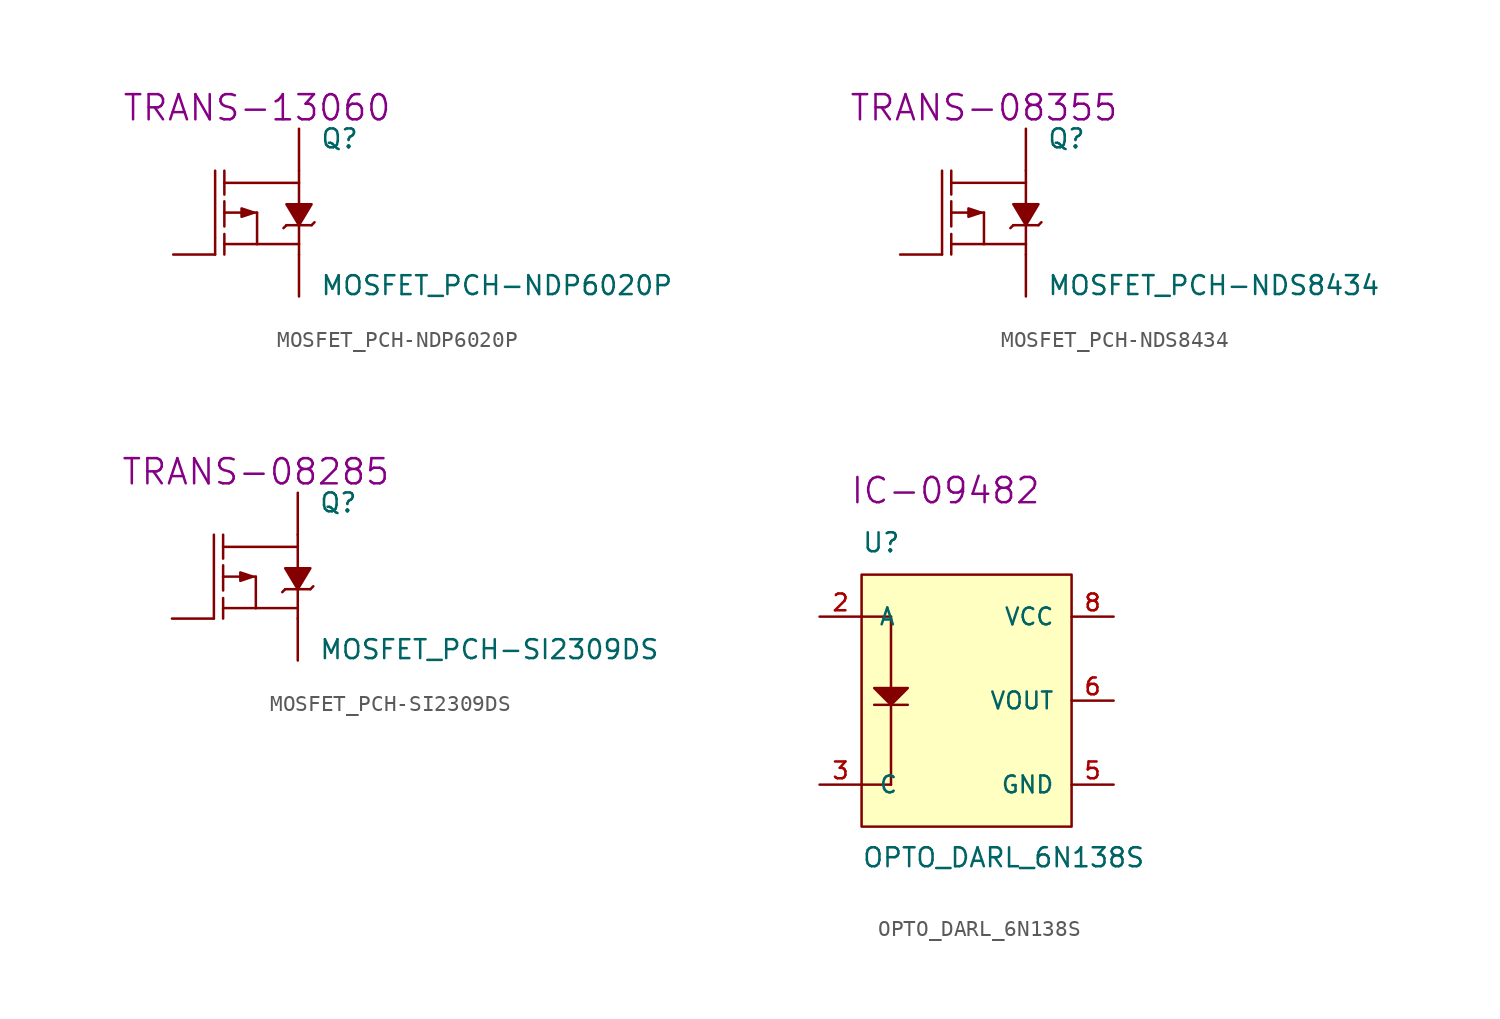
<source format=kicad_sym>
(kicad_symbol_lib
  (version 20201005)
  (generator kicad_symbol_editor)
  (symbol "MOSFET_PCH-NDP6020P"
    (pin_numbers hide)
    (pin_names
      (offset 1.016) hide)
    (property "Reference" "Q"
      (at 3.81 3.81 0)
      (effects (font (size 1.143 1.143)) (justify left bottom)))
    (property "Value" "MOSFET_PCH-NDP6020P"
      (at 3.81 -5.08 0)
      (effects (font (size 1.143 1.143)) (justify left bottom)))
    (property "Field4" "TRANS-13060"
      (at 0 6.35 0)
      (effects (font (size 1.524 1.524))))
    (property "ki_locked" ""
      (at 0 0 0)
      (effects (font (size 1.27 1.27))))
    (symbol "MOSFET_PCH-NDP6020P_1_0"
      (polyline (pts (xy -2.54 -2.54) (xy -2.54 2.54)) (stroke (width 0)) (fill (type none)))
      (polyline (pts (xy -1.981 -1.905) (xy -1.981 -2.54)) (stroke (width 0)) (fill (type none)))
      (polyline (pts (xy -1.981 -1.905) (xy 0 -1.905)) (stroke (width 0)) (fill (type none)))
      (polyline (pts (xy -1.981 -1.295) (xy -1.981 -1.905)) (stroke (width 0)) (fill (type none)))
      (polyline (pts (xy -1.981 0) (xy -1.981 -0.838)) (stroke (width 0)) (fill (type none)))
      (polyline (pts (xy -1.981 0.686) (xy -1.981 0)) (stroke (width 0)) (fill (type none)))
      (polyline (pts (xy -1.981 1.803) (xy -1.981 1.092)) (stroke (width 0)) (fill (type none)))
      (polyline (pts (xy -1.981 1.803) (xy 2.54 1.803)) (stroke (width 0)) (fill (type none)))
      (polyline (pts (xy -1.981 2.54) (xy -1.981 1.803)) (stroke (width 0)) (fill (type none)))
      (polyline (pts (xy 0 -1.905) (xy 0 0)) (stroke (width 0)) (fill (type none)))
      (polyline (pts (xy 0 0) (xy -1.981 0)) (stroke (width 0)) (fill (type none)))
      (polyline (pts (xy 1.778 -0.762) (xy 1.6 -0.94)) (stroke (width 0)) (fill (type none)))
      (polyline (pts (xy 1.778 -0.762) (xy 3.302 -0.762)) (stroke (width 0)) (fill (type none)))
      (polyline (pts (xy 2.54 -2.54) (xy 2.54 -1.905)) (stroke (width 0)) (fill (type none)))
      (polyline (pts (xy 2.54 -1.905) (xy 0 -1.905)) (stroke (width 0)) (fill (type none)))
      (polyline (pts (xy 2.54 -1.905) (xy 2.54 -0.787)) (stroke (width 0)) (fill (type none)))
      (polyline (pts (xy 2.54 1.803) (xy 2.54 0.584)) (stroke (width 0)) (fill (type none)))
      (polyline (pts (xy 2.54 2.54) (xy 2.54 1.803)) (stroke (width 0)) (fill (type none)))
      (polyline (pts (xy 3.48 -0.584) (xy 3.302 -0.762)) (stroke (width 0)) (fill (type none))))
    (symbol "MOSFET_PCH-NDP6020P_1_1"
      (polyline (pts (xy -0.178 0) (xy -0.94 -0.254) (xy -0.94 -0.254) (xy -0.94 0.254) (xy -0.94 0.254) (xy -0.178 0)) (stroke (width 0)) (fill (type outline)))
      (polyline (pts (xy 3.302 0.508) (xy 2.54 -0.762) (xy 2.54 -0.762) (xy 1.778 0.508) (xy 1.778 0.508) (xy 3.302 0.508)) (stroke (width 0)) (fill (type outline)))
      (pin bidirectional line (at -5.08 -2.54 0) (length 2.54) (name "G" (effects (font (size 1.016 1.016)))) (number "1" (effects (font (size 1.016 1.016)))))
      (pin bidirectional line (at 2.54 5.08 270) (length 2.54) (name "D" (effects (font (size 1.016 1.016)))) (number "2" (effects (font (size 1.016 1.016)))))
      (pin bidirectional line (at 2.54 -5.08 90) (length 2.54) (name "S" (effects (font (size 1.016 1.016)))) (number "3" (effects (font (size 1.016 1.016)))))))
  (symbol "MOSFET_PCH-NDS8434"
    (pin_numbers hide)
    (pin_names
      (offset 1.016) hide)
    (property "Reference" "Q"
      (at 3.81 3.81 0)
      (effects (font (size 1.143 1.143)) (justify left bottom)))
    (property "Value" "MOSFET_PCH-NDS8434"
      (at 3.81 -5.08 0)
      (effects (font (size 1.143 1.143)) (justify left bottom)))
    (property "Field4" "TRANS-08355"
      (at 0 6.35 0)
      (effects (font (size 1.524 1.524))))
    (property "ki_locked" ""
      (at 0 0 0)
      (effects (font (size 1.27 1.27))))
    (symbol "MOSFET_PCH-NDS8434_1_0"
      (polyline (pts (xy -2.54 -2.54) (xy -2.54 2.54)) (stroke (width 0)) (fill (type none)))
      (polyline (pts (xy -1.981 -1.905) (xy -1.981 -2.54)) (stroke (width 0)) (fill (type none)))
      (polyline (pts (xy -1.981 -1.905) (xy 0 -1.905)) (stroke (width 0)) (fill (type none)))
      (polyline (pts (xy -1.981 -1.295) (xy -1.981 -1.905)) (stroke (width 0)) (fill (type none)))
      (polyline (pts (xy -1.981 0) (xy -1.981 -0.838)) (stroke (width 0)) (fill (type none)))
      (polyline (pts (xy -1.981 0.686) (xy -1.981 0)) (stroke (width 0)) (fill (type none)))
      (polyline (pts (xy -1.981 1.803) (xy -1.981 1.092)) (stroke (width 0)) (fill (type none)))
      (polyline (pts (xy -1.981 1.803) (xy 2.54 1.803)) (stroke (width 0)) (fill (type none)))
      (polyline (pts (xy -1.981 2.54) (xy -1.981 1.803)) (stroke (width 0)) (fill (type none)))
      (polyline (pts (xy 0 -1.905) (xy 0 0)) (stroke (width 0)) (fill (type none)))
      (polyline (pts (xy 0 0) (xy -1.981 0)) (stroke (width 0)) (fill (type none)))
      (polyline (pts (xy 1.778 -0.762) (xy 1.6 -0.94)) (stroke (width 0)) (fill (type none)))
      (polyline (pts (xy 1.778 -0.762) (xy 3.302 -0.762)) (stroke (width 0)) (fill (type none)))
      (polyline (pts (xy 2.54 -2.54) (xy 2.54 -1.905)) (stroke (width 0)) (fill (type none)))
      (polyline (pts (xy 2.54 -1.905) (xy 0 -1.905)) (stroke (width 0)) (fill (type none)))
      (polyline (pts (xy 2.54 -1.905) (xy 2.54 -0.787)) (stroke (width 0)) (fill (type none)))
      (polyline (pts (xy 2.54 1.803) (xy 2.54 0.584)) (stroke (width 0)) (fill (type none)))
      (polyline (pts (xy 2.54 2.54) (xy 2.54 1.803)) (stroke (width 0)) (fill (type none)))
      (polyline (pts (xy 3.48 -0.584) (xy 3.302 -0.762)) (stroke (width 0)) (fill (type none))))
    (symbol "MOSFET_PCH-NDS8434_1_1"
      (polyline (pts (xy -0.178 0) (xy -0.94 -0.254) (xy -0.94 -0.254) (xy -0.94 0.254) (xy -0.94 0.254) (xy -0.178 0)) (stroke (width 0)) (fill (type outline)))
      (polyline (pts (xy 3.302 0.508) (xy 2.54 -0.762) (xy 2.54 -0.762) (xy 1.778 0.508) (xy 1.778 0.508) (xy 3.302 0.508)) (stroke (width 0)) (fill (type outline)))
      (pin bidirectional line (at 2.54 -5.08 90) (length 2.54) (name "S" (effects (font (size 1.016 1.016)))) (number "1" (effects (font (size 1.016 1.016)))))
      (pin bidirectional line (at 2.54 -5.08 90) (length 2.54) hide (name "S" (effects (font (size 1.016 1.016)))) (number "2" (effects (font (size 1.016 1.016)))))
      (pin bidirectional line (at 2.54 -5.08 90) (length 2.54) hide (name "S" (effects (font (size 1.016 1.016)))) (number "3" (effects (font (size 1.016 1.016)))))
      (pin bidirectional line (at -5.08 -2.54 0) (length 2.54) (name "G" (effects (font (size 1.016 1.016)))) (number "4" (effects (font (size 1.016 1.016)))))
      (pin bidirectional line (at 2.54 5.08 270) (length 2.54) (name "D" (effects (font (size 1.016 1.016)))) (number "5" (effects (font (size 1.016 1.016)))))
      (pin bidirectional line (at 2.54 5.08 270) (length 2.54) hide (name "D" (effects (font (size 1.016 1.016)))) (number "6" (effects (font (size 1.016 1.016)))))
      (pin bidirectional line (at 2.54 5.08 270) (length 2.54) hide (name "D" (effects (font (size 1.016 1.016)))) (number "7" (effects (font (size 1.016 1.016)))))
      (pin bidirectional line (at 2.54 5.08 270) (length 2.54) hide (name "D" (effects (font (size 1.016 1.016)))) (number "8" (effects (font (size 1.016 1.016)))))))
  (symbol "MOSFET_PCH-SI2309DS"
    (pin_numbers hide)
    (pin_names
      (offset 1.016) hide)
    (property "Reference" "Q"
      (at 3.81 3.81 0)
      (effects (font (size 1.143 1.143)) (justify left bottom)))
    (property "Value" "MOSFET_PCH-SI2309DS"
      (at 3.81 -5.08 0)
      (effects (font (size 1.143 1.143)) (justify left bottom)))
    (property "Field4" "TRANS-08285"
      (at 0 6.35 0)
      (effects (font (size 1.524 1.524))))
    (property "ki_locked" ""
      (at 0 0 0)
      (effects (font (size 1.27 1.27))))
    (symbol "MOSFET_PCH-SI2309DS_1_0"
      (polyline (pts (xy -2.54 -2.54) (xy -2.54 2.54)) (stroke (width 0)) (fill (type none)))
      (polyline (pts (xy -1.981 -1.905) (xy -1.981 -2.54)) (stroke (width 0)) (fill (type none)))
      (polyline (pts (xy -1.981 -1.905) (xy 0 -1.905)) (stroke (width 0)) (fill (type none)))
      (polyline (pts (xy -1.981 -1.295) (xy -1.981 -1.905)) (stroke (width 0)) (fill (type none)))
      (polyline (pts (xy -1.981 0) (xy -1.981 -0.838)) (stroke (width 0)) (fill (type none)))
      (polyline (pts (xy -1.981 0.686) (xy -1.981 0)) (stroke (width 0)) (fill (type none)))
      (polyline (pts (xy -1.981 1.803) (xy -1.981 1.092)) (stroke (width 0)) (fill (type none)))
      (polyline (pts (xy -1.981 1.803) (xy 2.54 1.803)) (stroke (width 0)) (fill (type none)))
      (polyline (pts (xy -1.981 2.54) (xy -1.981 1.803)) (stroke (width 0)) (fill (type none)))
      (polyline (pts (xy 0 -1.905) (xy 0 0)) (stroke (width 0)) (fill (type none)))
      (polyline (pts (xy 0 0) (xy -1.981 0)) (stroke (width 0)) (fill (type none)))
      (polyline (pts (xy 1.778 -0.762) (xy 1.6 -0.94)) (stroke (width 0)) (fill (type none)))
      (polyline (pts (xy 1.778 -0.762) (xy 3.302 -0.762)) (stroke (width 0)) (fill (type none)))
      (polyline (pts (xy 2.54 -2.54) (xy 2.54 -1.905)) (stroke (width 0)) (fill (type none)))
      (polyline (pts (xy 2.54 -1.905) (xy 0 -1.905)) (stroke (width 0)) (fill (type none)))
      (polyline (pts (xy 2.54 -1.905) (xy 2.54 -0.787)) (stroke (width 0)) (fill (type none)))
      (polyline (pts (xy 2.54 1.803) (xy 2.54 0.584)) (stroke (width 0)) (fill (type none)))
      (polyline (pts (xy 2.54 2.54) (xy 2.54 1.803)) (stroke (width 0)) (fill (type none)))
      (polyline (pts (xy 3.48 -0.584) (xy 3.302 -0.762)) (stroke (width 0)) (fill (type none))))
    (symbol "MOSFET_PCH-SI2309DS_1_1"
      (polyline (pts (xy -0.178 0) (xy -0.94 -0.254) (xy -0.94 -0.254) (xy -0.94 0.254) (xy -0.94 0.254) (xy -0.178 0)) (stroke (width 0)) (fill (type outline)))
      (polyline (pts (xy 3.302 0.508) (xy 2.54 -0.762) (xy 2.54 -0.762) (xy 1.778 0.508) (xy 1.778 0.508) (xy 3.302 0.508)) (stroke (width 0)) (fill (type outline)))
      (pin bidirectional line (at -5.08 -2.54 0) (length 2.54) (name "G" (effects (font (size 1.016 1.016)))) (number "1" (effects (font (size 1.016 1.016)))))
      (pin bidirectional line (at 2.54 -5.08 90) (length 2.54) (name "S" (effects (font (size 1.016 1.016)))) (number "2" (effects (font (size 1.016 1.016)))))
      (pin bidirectional line (at 2.54 5.08 270) (length 2.54) (name "D" (effects (font (size 1.016 1.016)))) (number "3" (effects (font (size 1.016 1.016)))))))
  (symbol "OPTO_DARL_6N138S"
    (pin_names
      (offset 1.016))
    (property "Reference" "U"
      (at -5.08 6.35 0)
      (effects (font (size 1.143 1.143)) (justify left bottom)))
    (property "Value" "OPTO_DARL_6N138S"
      (at -5.08 -12.7 0)
      (effects (font (size 1.143 1.143)) (justify left bottom)))
    (property "Field4" "IC-09482"
      (at 0 10.16 0)
      (effects (font (size 1.524 1.524))))
    (property "ki_locked" ""
      (at 0 0 0)
      (effects (font (size 1.27 1.27))))
    (symbol "OPTO_DARL_6N138S_1_0"
      (polyline (pts (xy -5.08 2.54) (xy -3.302 2.54)) (stroke (width 0)) (fill (type none)))
      (polyline (pts (xy -4.318 -2.794) (xy -3.302 -2.794)) (stroke (width 0)) (fill (type none)))
      (polyline (pts (xy -3.302 -7.62) (xy -5.08 -7.62)) (stroke (width 0)) (fill (type none)))
      (polyline (pts (xy -3.302 -2.794) (xy -3.302 -7.62)) (stroke (width 0)) (fill (type none)))
      (polyline (pts (xy -3.302 -2.794) (xy -2.286 -2.794)) (stroke (width 0)) (fill (type none)))
      (polyline (pts (xy -3.302 2.54) (xy -3.302 -1.778)) (stroke (width 0)) (fill (type none))))
    (symbol "OPTO_DARL_6N138S_1_1"
      (polyline (pts (xy -4.318 -1.778) (xy -3.302 -2.794) (xy -3.302 -2.794) (xy -2.286 -1.778) (xy -2.286 -1.778) (xy -4.318 -1.778)) (stroke (width 0)) (fill (type outline)))
      (polyline (pts (xy -5.08 -10.16) (xy 7.62 -10.16) (xy 7.62 5.08) (xy -5.08 5.08) (xy -5.08 2.54) (xy -5.08 -7.62) (xy -5.08 -10.16)) (stroke (width 0)) (fill (type background)))
      (pin bidirectional line (at -7.62 2.54 0) (length 2.54) (name "A" (effects (font (size 1.016 1.016)))) (number "2" (effects (font (size 1.016 1.016)))))
      (pin bidirectional line (at -7.62 -7.62 0) (length 2.54) (name "C" (effects (font (size 1.016 1.016)))) (number "3" (effects (font (size 1.016 1.016)))))
      (pin bidirectional line (at 10.16 -7.62 180) (length 2.54) (name "GND" (effects (font (size 1.016 1.016)))) (number "5" (effects (font (size 1.016 1.016)))))
      (pin bidirectional line (at 10.16 -2.54 180) (length 2.54) (name "VOUT" (effects (font (size 1.016 1.016)))) (number "6" (effects (font (size 1.016 1.016)))))
      (pin bidirectional line (at 10.16 2.54 180) (length 2.54) (name "VCC" (effects (font (size 1.016 1.016)))) (number "8" (effects (font (size 1.016 1.016))))))))
</source>
